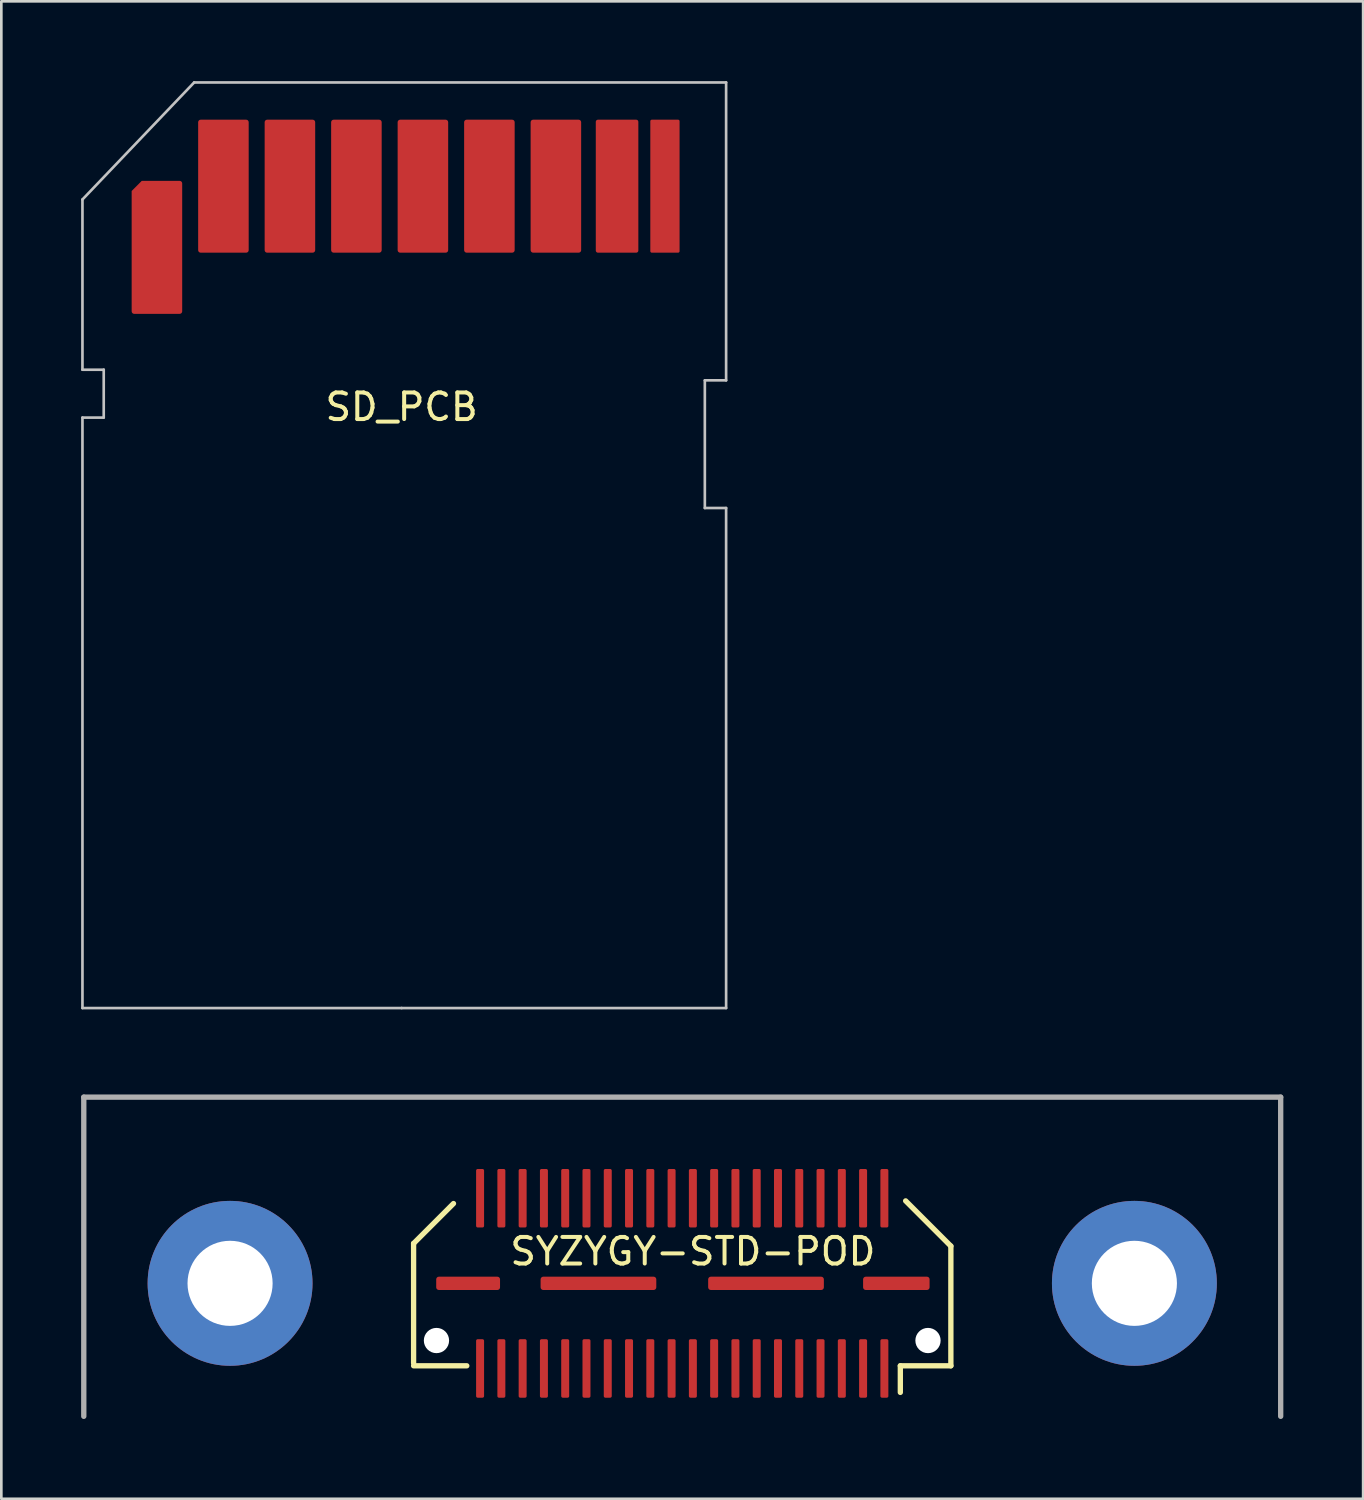
<source format=kicad_pcb>
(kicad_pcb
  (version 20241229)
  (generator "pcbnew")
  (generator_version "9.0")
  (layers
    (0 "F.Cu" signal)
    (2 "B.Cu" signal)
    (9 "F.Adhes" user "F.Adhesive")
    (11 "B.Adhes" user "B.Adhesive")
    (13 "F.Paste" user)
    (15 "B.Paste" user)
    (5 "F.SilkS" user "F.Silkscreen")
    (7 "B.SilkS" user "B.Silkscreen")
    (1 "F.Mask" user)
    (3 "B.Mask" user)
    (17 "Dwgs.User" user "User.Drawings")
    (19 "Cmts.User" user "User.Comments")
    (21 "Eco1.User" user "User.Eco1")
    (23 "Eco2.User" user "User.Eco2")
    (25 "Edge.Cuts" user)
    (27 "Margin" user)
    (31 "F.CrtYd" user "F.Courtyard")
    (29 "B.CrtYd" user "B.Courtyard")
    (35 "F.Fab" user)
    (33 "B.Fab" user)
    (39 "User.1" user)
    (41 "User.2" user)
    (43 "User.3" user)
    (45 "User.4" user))
  (footprint "SYZYGY-STD-POD"
    (layer "F.Cu")
    (at 22.6 45.2)
    (property "Reference" "SYZYGY-STD-POD" (at 0.4 -1.2 0) (layer "F.SilkS") (effects (font (size 1 1) (thickness 0.15))))
    (attr through_hole)
    (fp_line (start -10.1 -1.5) (end -10.1 3) (stroke (width 0.2) (type solid)) (layer "F.SilkS"))
    (fp_line (start -10.1 3.1) (end -8.1 3.1) (stroke (width 0.2) (type solid)) (layer "F.SilkS"))
    (fp_line (start -8.6 -3) (end -10.1 -1.5) (stroke (width 0.2) (type solid)) (layer "F.SilkS"))
    (fp_line (start 8.2 3.1) (end 10.1 3.1) (stroke (width 0.2) (type solid)) (layer "F.SilkS"))
    (fp_line (start 8.2 4.1) (end 8.2 3.1) (stroke (width 0.2) (type solid)) (layer "F.SilkS"))
    (fp_line (start 10.1 -1.4) (end 8.4 -3.1) (stroke (width 0.2) (type solid)) (layer "F.SilkS"))
    (fp_line (start 10.1 3.1) (end 10.1 -1.4) (stroke (width 0.2) (type solid)) (layer "F.SilkS"))
    (fp_line (start -22.5 -7) (end 22.5 -7) (stroke (width 0.2) (type solid)) (layer "F.Fab"))
    (fp_line (start -22.5 5) (end -22.5 -7) (stroke (width 0.2) (type solid)) (layer "F.Fab"))
    (fp_line (start 22.5 -7) (end 22.5 5) (stroke (width 0.2) (type solid)) (layer "F.Fab"))
    (pad "" thru_hole circle (at -17 0) (size 6.2 6.2) (drill 3.2) (layers "*.Cu" "*.Mask"))
    (pad "" np_thru_hole circle (at -9.24 2.15) (size 0.95 0.95) (drill 0.95) (layers "*.Cu" "*.Mask"))
    (pad "" np_thru_hole circle (at 9.24 2.15) (size 0.95 0.95) (drill 0.95) (layers "*.Cu" "*.Mask"))
    (pad "" thru_hole circle (at 17 0) (size 6.2 6.2) (drill 3.2) (layers "*.Cu" "*.Mask"))
    (pad "1" smd roundrect (at 7.6 3.2) (size 0.3 2.2) (layers "F.Cu" "F.Mask" "F.Paste") (roundrect_rratio 0.2))
    (pad "2" smd roundrect (at 7.6 -3.2) (size 0.3 2.2) (layers "F.Cu" "F.Mask" "F.Paste") (roundrect_rratio 0.2))
    (pad "3" smd roundrect (at 6.8 3.2) (size 0.3 2.2) (layers "F.Cu" "F.Mask" "F.Paste") (roundrect_rratio 0.2))
    (pad "4" smd roundrect (at 6.8 -3.2) (size 0.3 2.2) (layers "F.Cu" "F.Mask" "F.Paste") (roundrect_rratio 0.2))
    (pad "5" smd roundrect (at 6 3.2) (size 0.3 2.2) (layers "F.Cu" "F.Mask" "F.Paste") (roundrect_rratio 0.2))
    (pad "6" smd roundrect (at 6 -3.2) (size 0.3 2.2) (layers "F.Cu" "F.Mask" "F.Paste") (roundrect_rratio 0.2))
    (pad "7" smd roundrect (at 5.2 3.2) (size 0.3 2.2) (layers "F.Cu" "F.Mask" "F.Paste") (roundrect_rratio 0.2))
    (pad "8" smd roundrect (at 5.2 -3.2) (size 0.3 2.2) (layers "F.Cu" "F.Mask" "F.Paste") (roundrect_rratio 0.2))
    (pad "9" smd roundrect (at 4.4 3.2) (size 0.3 2.2) (layers "F.Cu" "F.Mask" "F.Paste") (roundrect_rratio 0.2))
    (pad "10" smd roundrect (at 4.4 -3.2) (size 0.3 2.2) (layers "F.Cu" "F.Mask" "F.Paste") (roundrect_rratio 0.2))
    (pad "11" smd roundrect (at 3.6 3.2) (size 0.3 2.2) (layers "F.Cu" "F.Mask" "F.Paste") (roundrect_rratio 0.2))
    (pad "12" smd roundrect (at 3.6 -3.2) (size 0.3 2.2) (layers "F.Cu" "F.Mask" "F.Paste") (roundrect_rratio 0.2))
    (pad "13" smd roundrect (at 2.8 3.2) (size 0.3 2.2) (layers "F.Cu" "F.Mask" "F.Paste") (roundrect_rratio 0.2))
    (pad "14" smd roundrect (at 2.8 -3.2) (size 0.3 2.2) (layers "F.Cu" "F.Mask" "F.Paste") (roundrect_rratio 0.2))
    (pad "15" smd roundrect (at 2 3.2) (size 0.3 2.2) (layers "F.Cu" "F.Mask" "F.Paste") (roundrect_rratio 0.2))
    (pad "16" smd roundrect (at 2 -3.2) (size 0.3 2.2) (layers "F.Cu" "F.Mask" "F.Paste") (roundrect_rratio 0.2))
    (pad "17" smd roundrect (at 1.2 3.2) (size 0.3 2.2) (layers "F.Cu" "F.Mask" "F.Paste") (roundrect_rratio 0.2))
    (pad "18" smd roundrect (at 1.2 -3.2) (size 0.3 2.2) (layers "F.Cu" "F.Mask" "F.Paste") (roundrect_rratio 0.2))
    (pad "19" smd roundrect (at 0.4 3.2) (size 0.3 2.2) (layers "F.Cu" "F.Mask" "F.Paste") (roundrect_rratio 0.2))
    (pad "20" smd roundrect (at 0.4 -3.2) (size 0.3 2.2) (layers "F.Cu" "F.Mask" "F.Paste") (roundrect_rratio 0.2))
    (pad "21" smd roundrect (at -0.4 3.2) (size 0.3 2.2) (layers "F.Cu" "F.Mask" "F.Paste") (roundrect_rratio 0.2))
    (pad "22" smd roundrect (at -0.4 -3.2) (size 0.3 2.2) (layers "F.Cu" "F.Mask" "F.Paste") (roundrect_rratio 0.2))
    (pad "23" smd roundrect (at -1.2 3.2) (size 0.3 2.2) (layers "F.Cu" "F.Mask" "F.Paste") (roundrect_rratio 0.2))
    (pad "24" smd roundrect (at -1.2 -3.2) (size 0.3 2.2) (layers "F.Cu" "F.Mask" "F.Paste") (roundrect_rratio 0.2))
    (pad "25" smd roundrect (at -2 3.2) (size 0.3 2.2) (layers "F.Cu" "F.Mask" "F.Paste") (roundrect_rratio 0.2))
    (pad "26" smd roundrect (at -2 -3.2) (size 0.3 2.2) (layers "F.Cu" "F.Mask" "F.Paste") (roundrect_rratio 0.2))
    (pad "27" smd roundrect (at -2.8 3.2) (size 0.3 2.2) (layers "F.Cu" "F.Mask" "F.Paste") (roundrect_rratio 0.2))
    (pad "28" smd roundrect (at -2.8 -3.2) (size 0.3 2.2) (layers "F.Cu" "F.Mask" "F.Paste") (roundrect_rratio 0.2))
    (pad "29" smd roundrect (at -3.6 3.2) (size 0.3 2.2) (layers "F.Cu" "F.Mask" "F.Paste") (roundrect_rratio 0.2))
    (pad "30" smd roundrect (at -3.6 -3.2) (size 0.3 2.2) (layers "F.Cu" "F.Mask" "F.Paste") (roundrect_rratio 0.2))
    (pad "31" smd roundrect (at -4.4 3.2) (size 0.3 2.2) (layers "F.Cu" "F.Mask" "F.Paste") (roundrect_rratio 0.2))
    (pad "32" smd roundrect (at -4.4 -3.2) (size 0.3 2.2) (layers "F.Cu" "F.Mask" "F.Paste") (roundrect_rratio 0.2))
    (pad "33" smd roundrect (at -5.2 3.2) (size 0.3 2.2) (layers "F.Cu" "F.Mask" "F.Paste") (roundrect_rratio 0.2))
    (pad "34" smd roundrect (at -5.2 -3.2) (size 0.3 2.2) (layers "F.Cu" "F.Mask" "F.Paste") (roundrect_rratio 0.2))
    (pad "35" smd roundrect (at -6 3.2) (size 0.3 2.2) (layers "F.Cu" "F.Mask" "F.Paste") (roundrect_rratio 0.2))
    (pad "36" smd roundrect (at -6 -3.2) (size 0.3 2.2) (layers "F.Cu" "F.Mask" "F.Paste") (roundrect_rratio 0.2))
    (pad "37" smd roundrect (at -6.8 3.2) (size 0.3 2.2) (layers "F.Cu" "F.Mask" "F.Paste") (roundrect_rratio 0.2))
    (pad "38" smd roundrect (at -6.8 -3.2) (size 0.3 2.2) (layers "F.Cu" "F.Mask" "F.Paste") (roundrect_rratio 0.2))
    (pad "39" smd roundrect (at -7.6 3.2) (size 0.3 2.2) (layers "F.Cu" "F.Mask" "F.Paste") (roundrect_rratio 0.2))
    (pad "40" smd roundrect (at -7.6 -3.2) (size 0.3 2.2) (layers "F.Cu" "F.Mask" "F.Paste") (roundrect_rratio 0.2))
    (pad "41" smd roundrect (at -8.05 0 270) (size 0.5 2.4) (layers "F.Cu" "F.Mask" "F.Paste") (roundrect_rratio 0.2))
    (pad "41" smd roundrect (at -3.15 0 270) (size 0.5 4.35) (layers "F.Cu" "F.Mask" "F.Paste") (roundrect_rratio 0.2))
    (pad "41" smd roundrect (at 3.15 0 270) (size 0.5 4.35) (layers "F.Cu" "F.Mask" "F.Paste") (roundrect_rratio 0.2))
    (pad "41" smd roundrect (at 8.05 0 270) (size 0.5 2.5) (layers "F.Cu" "F.Mask" "F.Paste") (roundrect_rratio 0.2)))
  (footprint "SD_PCB"
    (layer "F.Cu")
    (at 12.05 34.85)
    (property "Reference" "SD_PCB" (at 0 -22.6 0) (unlocked yes) (layer "F.SilkS") (effects (font (size 1 1) (thickness 0.15))))
    (fp_line (start -12 -30.4) (end -7.8 -34.8) (stroke (width 0.1) (type solid)) (layer "Dwgs.User"))
    (fp_line (start -12 -24) (end -12 -30.4) (stroke (width 0.1) (type solid)) (layer "Dwgs.User"))
    (fp_line (start -12 -22.2) (end -11.2 -22.2) (stroke (width 0.1) (type solid)) (layer "Dwgs.User"))
    (fp_line (start -12 0) (end -12 -22.2) (stroke (width 0.1) (type solid)) (layer "Dwgs.User"))
    (fp_line (start -11.2 -24) (end -12 -24) (stroke (width 0.1) (type solid)) (layer "Dwgs.User"))
    (fp_line (start -11.2 -22.2) (end -11.2 -24) (stroke (width 0.1) (type solid)) (layer "Dwgs.User"))
    (fp_line (start -7.8 -34.8) (end 12.2 -34.8) (stroke (width 0.1) (type solid)) (layer "Dwgs.User"))
    (fp_line (start 0 0) (end -12 0) (stroke (width 0.1) (type solid)) (layer "Dwgs.User"))
    (fp_line (start 0 0) (end 12.2 0) (stroke (width 0.1) (type solid)) (layer "Dwgs.User"))
    (fp_line (start 11.4 -23.6) (end 11.4 -18.8) (stroke (width 0.1) (type solid)) (layer "Dwgs.User"))
    (fp_line (start 11.4 -18.8) (end 12.2 -18.8) (stroke (width 0.1) (type solid)) (layer "Dwgs.User"))
    (fp_line (start 12.2 -34.8) (end 12.2 -23.6) (stroke (width 0.1) (type solid)) (layer "Dwgs.User"))
    (fp_line (start 12.2 -23.6) (end 11.4 -23.6) (stroke (width 0.1) (type solid)) (layer "Dwgs.User"))
    (fp_line (start 12.2 -18.8) (end 12.2 0) (stroke (width 0.1) (type solid)) (layer "Dwgs.User"))
    (pad "1" smd roundrect (at -6.7 -30.9) (size 1.9 5) (layers "F.Cu" "F.Mask" "F.Paste") (roundrect_rratio 0.05))
    (pad "2" smd roundrect (at -4.2 -30.9) (size 1.9 5) (layers "F.Cu" "F.Mask" "F.Paste") (roundrect_rratio 0.05))
    (pad "3" smd roundrect (at -1.7 -30.9) (size 1.9 5) (layers "F.Cu" "F.Mask" "F.Paste") (roundrect_rratio 0.05))
    (pad "4" smd roundrect (at 0.8 -30.9) (size 1.9 5) (layers "F.Cu" "F.Mask" "F.Paste") (roundrect_rratio 0.05))
    (pad "5" smd roundrect (at 3.3 -30.9) (size 1.9 5) (layers "F.Cu" "F.Mask" "F.Paste") (roundrect_rratio 0.05))
    (pad "6" smd roundrect (at 5.8 -30.9) (size 1.9 5) (layers "F.Cu" "F.Mask" "F.Paste") (roundrect_rratio 0.05))
    (pad "7" smd roundrect (at 8.1 -30.9) (size 1.6 5) (layers "F.Cu" "F.Mask" "F.Paste") (roundrect_rratio 0.05))
    (pad "8" smd roundrect (at 9.9 -30.9) (size 1.1 5) (layers "F.Cu" "F.Mask" "F.Paste") (roundrect_rratio 0.05))
    (pad "9" smd roundrect (at -9.2 -28.6) (size 1.9 5) (layers "F.Cu" "F.Mask" "F.Paste") (roundrect_rratio 0.05) (chamfer_ratio 0.2) (chamfer top_left)))
  (gr_rect
    (start -3 -3)
    (end 48.2 53.3)
    (stroke (width 0.1) (type default))
    (fill no)
    (layer "Edge.Cuts")))
</source>
